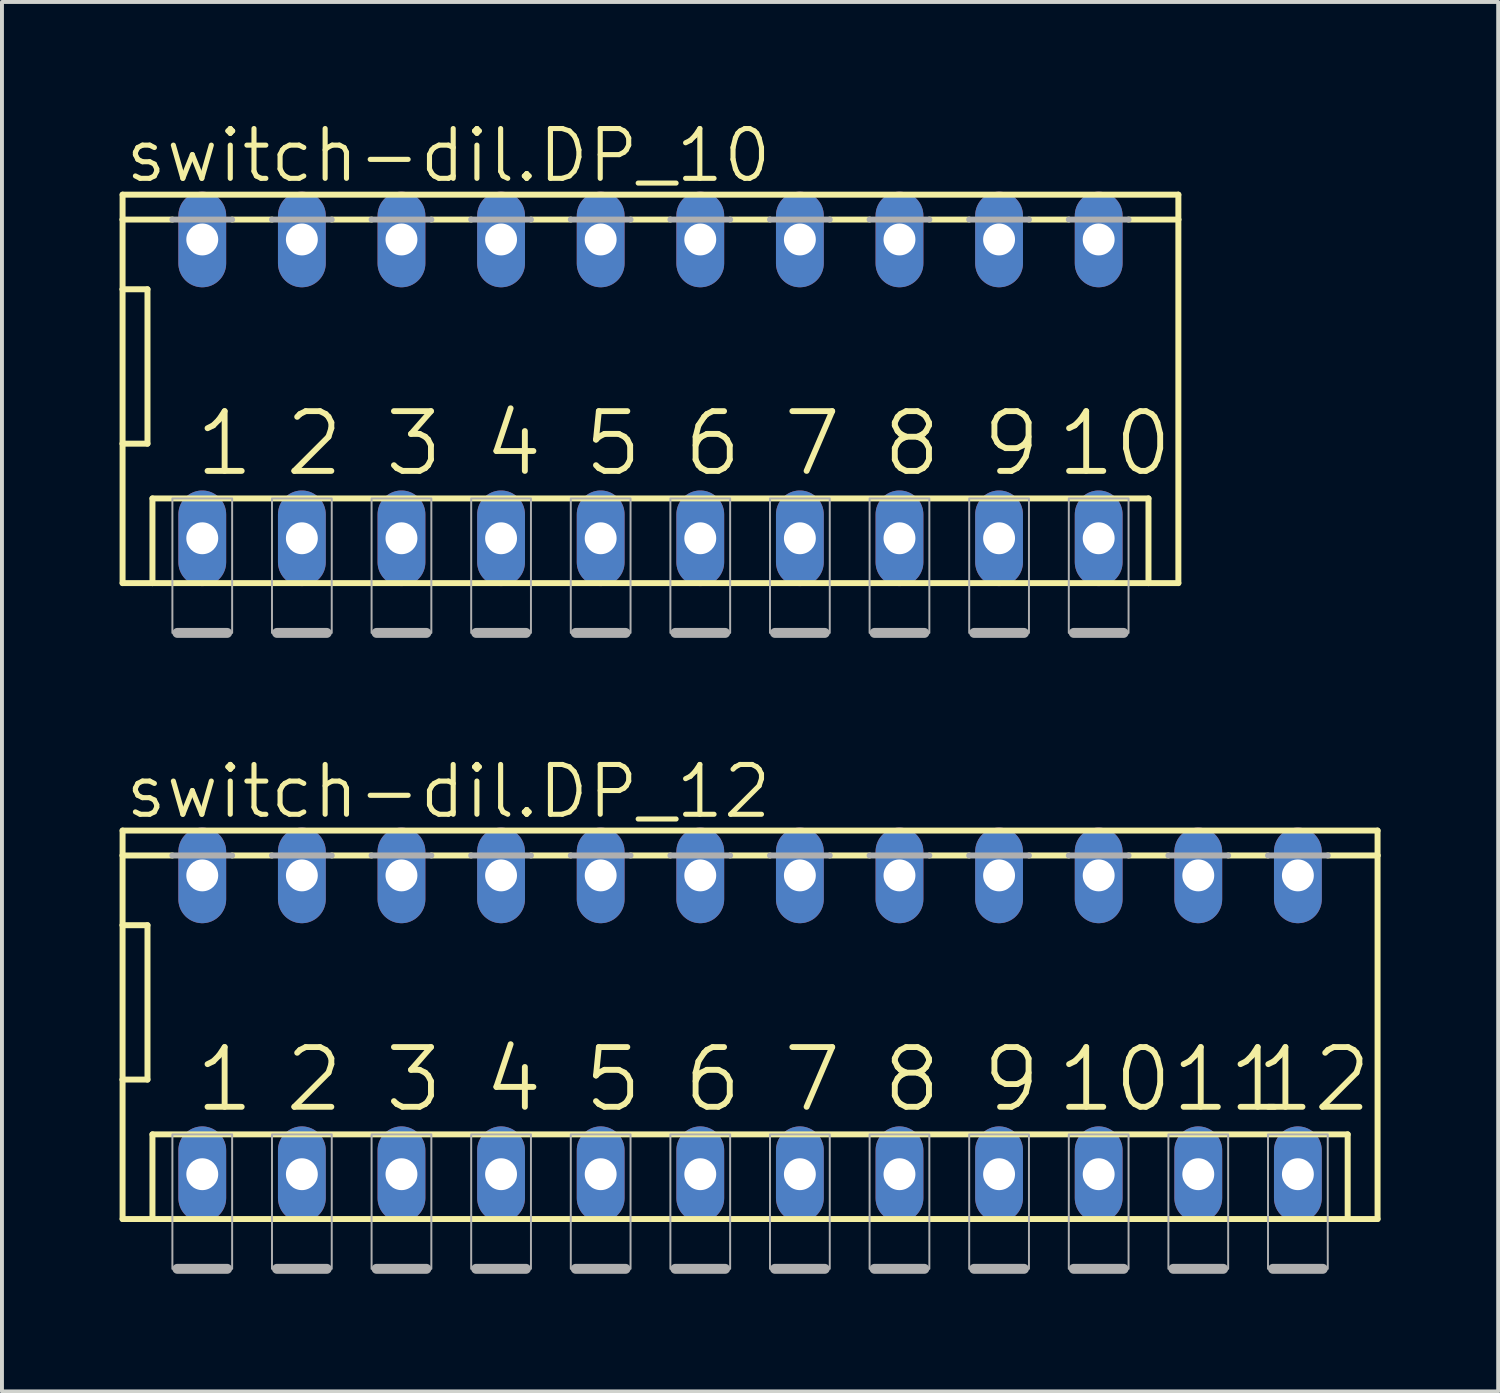
<source format=kicad_pcb>
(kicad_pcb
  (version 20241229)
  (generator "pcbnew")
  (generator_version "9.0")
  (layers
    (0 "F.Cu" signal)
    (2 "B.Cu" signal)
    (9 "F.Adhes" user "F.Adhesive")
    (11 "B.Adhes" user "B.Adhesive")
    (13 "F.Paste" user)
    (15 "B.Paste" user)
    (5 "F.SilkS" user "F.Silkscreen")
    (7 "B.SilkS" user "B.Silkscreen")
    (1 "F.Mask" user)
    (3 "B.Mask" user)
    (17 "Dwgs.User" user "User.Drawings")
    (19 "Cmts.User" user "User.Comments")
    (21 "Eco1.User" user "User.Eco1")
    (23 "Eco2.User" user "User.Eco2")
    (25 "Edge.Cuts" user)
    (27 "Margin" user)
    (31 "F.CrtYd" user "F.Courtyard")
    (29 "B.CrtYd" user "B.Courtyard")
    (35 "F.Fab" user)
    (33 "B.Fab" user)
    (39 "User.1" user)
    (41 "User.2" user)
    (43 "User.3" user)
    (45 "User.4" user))
  (footprint "switch-dil.DP_12"
    (layer "F.Cu")
    (at 16.078 23.084)
    (property "Reference" "switch-dil.DP_12" (at -16.002 -5.207 0) (layer "F.SilkS") (effects (font (size 1.27 1.27) (thickness 0.13)) (justify left bottom)))
    (attr through_hole)
    (fp_line (start -16.002 -4.953) (end -16.002 -4.318) (stroke (width 0.152) (type default)) (layer "F.SilkS"))
    (fp_line (start -16.002 -4.318) (end -16.002 -2.54) (stroke (width 0.152) (type default)) (layer "F.SilkS"))
    (fp_line (start -16.002 -2.54) (end -16.002 1.397) (stroke (width 0.152) (type default)) (layer "F.SilkS"))
    (fp_line (start -16.002 -2.54) (end -15.367 -2.54) (stroke (width 0.152) (type default)) (layer "F.SilkS"))
    (fp_line (start -16.002 1.397) (end -16.002 4.953) (stroke (width 0.152) (type default)) (layer "F.SilkS"))
    (fp_line (start -16.002 4.953) (end -15.24 4.953) (stroke (width 0.152) (type default)) (layer "F.SilkS"))
    (fp_line (start -15.367 1.397) (end -16.002 1.397) (stroke (width 0.152) (type default)) (layer "F.SilkS"))
    (fp_line (start -15.367 1.397) (end -15.367 -2.54) (stroke (width 0.152) (type default)) (layer "F.SilkS"))
    (fp_line (start -15.24 2.794) (end -15.24 4.953) (stroke (width 0.152) (type default)) (layer "F.SilkS"))
    (fp_line (start -15.24 2.794) (end 15.24 2.794) (stroke (width 0.152) (type default)) (layer "F.SilkS"))
    (fp_line (start -15.24 4.953) (end 15.24 4.953) (stroke (width 0.152) (type default)) (layer "F.SilkS"))
    (fp_line (start -14.732 -4.318) (end -16.002 -4.318) (stroke (width 0.152) (type default)) (layer "F.SilkS"))
    (fp_line (start -13.208 -4.318) (end -12.192 -4.318) (stroke (width 0.152) (type default)) (layer "F.SilkS"))
    (fp_line (start -10.668 -4.318) (end -9.652 -4.318) (stroke (width 0.152) (type default)) (layer "F.SilkS"))
    (fp_line (start -8.128 -4.318) (end -7.112 -4.318) (stroke (width 0.152) (type default)) (layer "F.SilkS"))
    (fp_line (start -5.588 -4.318) (end -4.572 -4.318) (stroke (width 0.152) (type default)) (layer "F.SilkS"))
    (fp_line (start -3.048 -4.318) (end -2.032 -4.318) (stroke (width 0.152) (type default)) (layer "F.SilkS"))
    (fp_line (start -0.508 -4.318) (end 0.508 -4.318) (stroke (width 0.152) (type default)) (layer "F.SilkS"))
    (fp_line (start 2.032 -4.318) (end 3.048 -4.318) (stroke (width 0.152) (type default)) (layer "F.SilkS"))
    (fp_line (start 4.572 -4.318) (end 5.588 -4.318) (stroke (width 0.152) (type default)) (layer "F.SilkS"))
    (fp_line (start 7.112 -4.318) (end 8.128 -4.318) (stroke (width 0.152) (type default)) (layer "F.SilkS"))
    (fp_line (start 9.652 -4.318) (end 10.668 -4.318) (stroke (width 0.152) (type default)) (layer "F.SilkS"))
    (fp_line (start 12.192 -4.318) (end 13.208 -4.318) (stroke (width 0.152) (type default)) (layer "F.SilkS"))
    (fp_line (start 14.732 -4.318) (end 16.002 -4.318) (stroke (width 0.152) (type default)) (layer "F.SilkS"))
    (fp_line (start 15.24 2.794) (end 15.24 4.953) (stroke (width 0.152) (type default)) (layer "F.SilkS"))
    (fp_line (start 15.24 4.953) (end 16.002 4.953) (stroke (width 0.152) (type default)) (layer "F.SilkS"))
    (fp_line (start 16.002 -4.953) (end -16.002 -4.953) (stroke (width 0.152) (type default)) (layer "F.SilkS"))
    (fp_line (start 16.002 -4.318) (end 16.002 -4.953) (stroke (width 0.152) (type default)) (layer "F.SilkS"))
    (fp_line (start 16.002 4.953) (end 16.002 -4.318) (stroke (width 0.152) (type default)) (layer "F.SilkS"))
    (fp_line (start -14.605 6.223) (end -13.335 6.223) (stroke (width 0.254) (type default)) (layer "F.Fab"))
    (fp_line (start -13.208 -4.318) (end -14.732 -4.318) (stroke (width 0.152) (type default)) (layer "F.Fab"))
    (fp_line (start -12.065 6.223) (end -10.795 6.223) (stroke (width 0.254) (type default)) (layer "F.Fab"))
    (fp_line (start -10.668 -4.318) (end -12.192 -4.318) (stroke (width 0.152) (type default)) (layer "F.Fab"))
    (fp_line (start -9.525 6.223) (end -8.255 6.223) (stroke (width 0.254) (type default)) (layer "F.Fab"))
    (fp_line (start -8.128 -4.318) (end -9.652 -4.318) (stroke (width 0.152) (type default)) (layer "F.Fab"))
    (fp_line (start -6.985 6.223) (end -5.715 6.223) (stroke (width 0.254) (type default)) (layer "F.Fab"))
    (fp_line (start -5.588 -4.318) (end -7.112 -4.318) (stroke (width 0.152) (type default)) (layer "F.Fab"))
    (fp_line (start -4.445 6.223) (end -3.175 6.223) (stroke (width 0.254) (type default)) (layer "F.Fab"))
    (fp_line (start -3.048 -4.318) (end -4.572 -4.318) (stroke (width 0.152) (type default)) (layer "F.Fab"))
    (fp_line (start -1.905 6.223) (end -0.635 6.223) (stroke (width 0.254) (type default)) (layer "F.Fab"))
    (fp_line (start -0.508 -4.318) (end -2.032 -4.318) (stroke (width 0.152) (type default)) (layer "F.Fab"))
    (fp_line (start 0.635 6.223) (end 1.905 6.223) (stroke (width 0.254) (type default)) (layer "F.Fab"))
    (fp_line (start 2.032 -4.318) (end 0.508 -4.318) (stroke (width 0.152) (type default)) (layer "F.Fab"))
    (fp_line (start 3.175 6.223) (end 4.445 6.223) (stroke (width 0.254) (type default)) (layer "F.Fab"))
    (fp_line (start 4.572 -4.318) (end 3.048 -4.318) (stroke (width 0.152) (type default)) (layer "F.Fab"))
    (fp_line (start 5.715 6.223) (end 6.985 6.223) (stroke (width 0.254) (type default)) (layer "F.Fab"))
    (fp_line (start 7.112 -4.318) (end 5.588 -4.318) (stroke (width 0.152) (type default)) (layer "F.Fab"))
    (fp_line (start 8.255 6.223) (end 9.525 6.223) (stroke (width 0.254) (type default)) (layer "F.Fab"))
    (fp_line (start 9.652 -4.318) (end 8.128 -4.318) (stroke (width 0.152) (type default)) (layer "F.Fab"))
    (fp_line (start 10.795 6.223) (end 12.065 6.223) (stroke (width 0.254) (type default)) (layer "F.Fab"))
    (fp_line (start 12.192 -4.318) (end 10.668 -4.318) (stroke (width 0.152) (type default)) (layer "F.Fab"))
    (fp_line (start 13.335 6.223) (end 14.605 6.223) (stroke (width 0.254) (type default)) (layer "F.Fab"))
    (fp_line (start 14.732 -4.318) (end 13.208 -4.318) (stroke (width 0.152) (type default)) (layer "F.Fab"))
    (fp_rect (start -14.732 6.223) (end -13.208 2.794) (stroke (width 0.05) (type default)) (fill no) (layer "F.Fab"))
    (fp_rect (start -12.192 6.223) (end -10.668 2.794) (stroke (width 0.05) (type default)) (fill no) (layer "F.Fab"))
    (fp_rect (start -9.652 6.223) (end -8.128 2.794) (stroke (width 0.05) (type default)) (fill no) (layer "F.Fab"))
    (fp_rect (start -7.112 6.223) (end -5.588 2.794) (stroke (width 0.05) (type default)) (fill no) (layer "F.Fab"))
    (fp_rect (start -4.572 6.223) (end -3.048 2.794) (stroke (width 0.05) (type default)) (fill no) (layer "F.Fab"))
    (fp_rect (start -2.032 6.223) (end -0.508 2.794) (stroke (width 0.05) (type default)) (fill no) (layer "F.Fab"))
    (fp_rect (start 0.508 6.223) (end 2.032 2.794) (stroke (width 0.05) (type default)) (fill no) (layer "F.Fab"))
    (fp_rect (start 3.048 6.223) (end 4.572 2.794) (stroke (width 0.05) (type default)) (fill no) (layer "F.Fab"))
    (fp_rect (start 5.588 6.223) (end 7.112 2.794) (stroke (width 0.05) (type default)) (fill no) (layer "F.Fab"))
    (fp_rect (start 8.128 6.223) (end 9.652 2.794) (stroke (width 0.05) (type default)) (fill no) (layer "F.Fab"))
    (fp_rect (start 10.668 6.223) (end 12.192 2.794) (stroke (width 0.05) (type default)) (fill no) (layer "F.Fab"))
    (fp_rect (start 13.208 6.223) (end 14.732 2.794) (stroke (width 0.05) (type default)) (fill no) (layer "F.Fab"))
    (fp_text user "4" (at -6.858 2.286 0) (layer "F.SilkS") (effects (font (size 1.524 1.524) (thickness 0.15)) (justify left bottom)))
    (fp_text user "12" (at 12.827 2.286 0) (layer "F.SilkS") (effects (font (size 1.524 1.524) (thickness 0.15)) (justify left bottom)))
    (fp_text user "10" (at 7.747 2.286 0) (layer "F.SilkS") (effects (font (size 1.524 1.524) (thickness 0.15)) (justify left bottom)))
    (fp_text user "5" (at -4.318 2.286 0) (layer "F.SilkS") (effects (font (size 1.524 1.524) (thickness 0.15)) (justify left bottom)))
    (fp_text user "6" (at -1.778 2.286 0) (layer "F.SilkS") (effects (font (size 1.524 1.524) (thickness 0.15)) (justify left bottom)))
    (fp_text user "9" (at 5.842 2.286 0) (layer "F.SilkS") (effects (font (size 1.524 1.524) (thickness 0.15)) (justify left bottom)))
    (fp_text user "1" (at -14.224 2.286 0) (layer "F.SilkS") (effects (font (size 1.524 1.524) (thickness 0.15)) (justify left bottom)))
    (fp_text user "3" (at -9.398 2.286 0) (layer "F.SilkS") (effects (font (size 1.524 1.524) (thickness 0.15)) (justify left bottom)))
    (fp_text user "8" (at 3.302 2.286 0) (layer "F.SilkS") (effects (font (size 1.524 1.524) (thickness 0.15)) (justify left bottom)))
    (fp_text user "2" (at -11.938 2.286 0) (layer "F.SilkS") (effects (font (size 1.524 1.524) (thickness 0.15)) (justify left bottom)))
    (fp_text user "11" (at 10.668 2.286 0) (layer "F.SilkS") (effects (font (size 1.524 1.524) (thickness 0.15)) (justify left bottom)))
    (fp_text user "7" (at 0.762 2.286 0) (layer "F.SilkS") (effects (font (size 1.524 1.524) (thickness 0.15)) (justify left bottom)))
    (pad "1" thru_hole oval (at -13.97 3.81 90) (size 2.438 1.219) (drill 0.813) (layers "*.Cu" "*.Mask"))
    (pad "2" thru_hole oval (at -11.43 3.81 90) (size 2.438 1.219) (drill 0.813) (layers "*.Cu" "*.Mask"))
    (pad "3" thru_hole oval (at -8.89 3.81 90) (size 2.438 1.219) (drill 0.813) (layers "*.Cu" "*.Mask"))
    (pad "4" thru_hole oval (at -6.35 3.81 90) (size 2.438 1.219) (drill 0.813) (layers "*.Cu" "*.Mask"))
    (pad "5" thru_hole oval (at -3.81 3.81 90) (size 2.438 1.219) (drill 0.813) (layers "*.Cu" "*.Mask"))
    (pad "6" thru_hole oval (at -1.27 3.81 90) (size 2.438 1.219) (drill 0.813) (layers "*.Cu" "*.Mask"))
    (pad "7" thru_hole oval (at 1.27 3.81 90) (size 2.438 1.219) (drill 0.813) (layers "*.Cu" "*.Mask"))
    (pad "8" thru_hole oval (at 3.81 3.81 90) (size 2.438 1.219) (drill 0.813) (layers "*.Cu" "*.Mask"))
    (pad "9" thru_hole oval (at 6.35 3.81 90) (size 2.438 1.219) (drill 0.813) (layers "*.Cu" "*.Mask"))
    (pad "10" thru_hole oval (at 8.89 3.81 90) (size 2.438 1.219) (drill 0.813) (layers "*.Cu" "*.Mask"))
    (pad "11" thru_hole oval (at 11.43 3.81 90) (size 2.438 1.219) (drill 0.813) (layers "*.Cu" "*.Mask"))
    (pad "12" thru_hole oval (at 13.97 3.81 90) (size 2.438 1.219) (drill 0.813) (layers "*.Cu" "*.Mask"))
    (pad "13" thru_hole oval (at 13.97 -3.81 90) (size 2.438 1.219) (drill 0.813) (layers "*.Cu" "*.Mask"))
    (pad "14" thru_hole oval (at 11.43 -3.81 90) (size 2.438 1.219) (drill 0.813) (layers "*.Cu" "*.Mask"))
    (pad "15" thru_hole oval (at 8.89 -3.81 90) (size 2.438 1.219) (drill 0.813) (layers "*.Cu" "*.Mask"))
    (pad "16" thru_hole oval (at 6.35 -3.81 90) (size 2.438 1.219) (drill 0.813) (layers "*.Cu" "*.Mask"))
    (pad "17" thru_hole oval (at 3.81 -3.81 90) (size 2.438 1.219) (drill 0.813) (layers "*.Cu" "*.Mask"))
    (pad "18" thru_hole oval (at 1.27 -3.81 90) (size 2.438 1.219) (drill 0.813) (layers "*.Cu" "*.Mask"))
    (pad "19" thru_hole oval (at -1.27 -3.81 90) (size 2.438 1.219) (drill 0.813) (layers "*.Cu" "*.Mask"))
    (pad "20" thru_hole oval (at -3.81 -3.81 90) (size 2.438 1.219) (drill 0.813) (layers "*.Cu" "*.Mask"))
    (pad "21" thru_hole oval (at -6.35 -3.81 90) (size 2.438 1.219) (drill 0.813) (layers "*.Cu" "*.Mask"))
    (pad "22" thru_hole oval (at -8.89 -3.81 90) (size 2.438 1.219) (drill 0.813) (layers "*.Cu" "*.Mask"))
    (pad "23" thru_hole oval (at -11.43 -3.81 90) (size 2.438 1.219) (drill 0.813) (layers "*.Cu" "*.Mask"))
    (pad "24" thru_hole oval (at -13.97 -3.81 90) (size 2.438 1.219) (drill 0.813) (layers "*.Cu" "*.Mask")))
  (footprint "switch-dil.DP_10"
    (layer "F.Cu")
    (at 13.538 6.867)
    (property "Reference" "switch-dil.DP_10" (at -13.462 -5.207 0) (layer "F.SilkS") (effects (font (size 1.27 1.27) (thickness 0.13)) (justify left bottom)))
    (attr through_hole)
    (fp_line (start -13.462 -4.953) (end -13.462 -4.318) (stroke (width 0.152) (type default)) (layer "F.SilkS"))
    (fp_line (start -13.462 -4.318) (end -13.462 -2.54) (stroke (width 0.152) (type default)) (layer "F.SilkS"))
    (fp_line (start -13.462 -2.54) (end -13.462 1.397) (stroke (width 0.152) (type default)) (layer "F.SilkS"))
    (fp_line (start -13.462 -2.54) (end -12.827 -2.54) (stroke (width 0.152) (type default)) (layer "F.SilkS"))
    (fp_line (start -13.462 1.397) (end -13.462 4.953) (stroke (width 0.152) (type default)) (layer "F.SilkS"))
    (fp_line (start -13.462 4.953) (end -12.7 4.953) (stroke (width 0.152) (type default)) (layer "F.SilkS"))
    (fp_line (start -12.827 1.397) (end -13.462 1.397) (stroke (width 0.152) (type default)) (layer "F.SilkS"))
    (fp_line (start -12.827 1.397) (end -12.827 -2.54) (stroke (width 0.152) (type default)) (layer "F.SilkS"))
    (fp_line (start -12.7 2.794) (end -12.7 4.953) (stroke (width 0.152) (type default)) (layer "F.SilkS"))
    (fp_line (start -12.7 2.794) (end 12.7 2.794) (stroke (width 0.152) (type default)) (layer "F.SilkS"))
    (fp_line (start -12.7 4.953) (end 12.7 4.953) (stroke (width 0.152) (type default)) (layer "F.SilkS"))
    (fp_line (start -12.192 -4.318) (end -13.462 -4.318) (stroke (width 0.152) (type default)) (layer "F.SilkS"))
    (fp_line (start -10.668 -4.318) (end -9.652 -4.318) (stroke (width 0.152) (type default)) (layer "F.SilkS"))
    (fp_line (start -8.128 -4.318) (end -7.112 -4.318) (stroke (width 0.152) (type default)) (layer "F.SilkS"))
    (fp_line (start -5.588 -4.318) (end -4.572 -4.318) (stroke (width 0.152) (type default)) (layer "F.SilkS"))
    (fp_line (start -3.048 -4.318) (end -2.032 -4.318) (stroke (width 0.152) (type default)) (layer "F.SilkS"))
    (fp_line (start -0.508 -4.318) (end 0.508 -4.318) (stroke (width 0.152) (type default)) (layer "F.SilkS"))
    (fp_line (start 2.032 -4.318) (end 3.048 -4.318) (stroke (width 0.152) (type default)) (layer "F.SilkS"))
    (fp_line (start 4.572 -4.318) (end 5.588 -4.318) (stroke (width 0.152) (type default)) (layer "F.SilkS"))
    (fp_line (start 7.112 -4.318) (end 8.128 -4.318) (stroke (width 0.152) (type default)) (layer "F.SilkS"))
    (fp_line (start 9.652 -4.318) (end 10.668 -4.318) (stroke (width 0.152) (type default)) (layer "F.SilkS"))
    (fp_line (start 12.192 -4.318) (end 13.462 -4.318) (stroke (width 0.152) (type default)) (layer "F.SilkS"))
    (fp_line (start 12.7 2.794) (end 12.7 4.953) (stroke (width 0.152) (type default)) (layer "F.SilkS"))
    (fp_line (start 12.7 4.953) (end 13.462 4.953) (stroke (width 0.152) (type default)) (layer "F.SilkS"))
    (fp_line (start 13.462 -4.953) (end -13.462 -4.953) (stroke (width 0.152) (type default)) (layer "F.SilkS"))
    (fp_line (start 13.462 -4.318) (end 13.462 -4.953) (stroke (width 0.152) (type default)) (layer "F.SilkS"))
    (fp_line (start 13.462 4.953) (end 13.462 -4.318) (stroke (width 0.152) (type default)) (layer "F.SilkS"))
    (fp_line (start -12.065 6.223) (end -10.795 6.223) (stroke (width 0.254) (type default)) (layer "F.Fab"))
    (fp_line (start -10.668 -4.318) (end -12.192 -4.318) (stroke (width 0.152) (type default)) (layer "F.Fab"))
    (fp_line (start -9.525 6.223) (end -8.255 6.223) (stroke (width 0.254) (type default)) (layer "F.Fab"))
    (fp_line (start -8.128 -4.318) (end -9.652 -4.318) (stroke (width 0.152) (type default)) (layer "F.Fab"))
    (fp_line (start -6.985 6.223) (end -5.715 6.223) (stroke (width 0.254) (type default)) (layer "F.Fab"))
    (fp_line (start -5.588 -4.318) (end -7.112 -4.318) (stroke (width 0.152) (type default)) (layer "F.Fab"))
    (fp_line (start -4.445 6.223) (end -3.175 6.223) (stroke (width 0.254) (type default)) (layer "F.Fab"))
    (fp_line (start -3.048 -4.318) (end -4.572 -4.318) (stroke (width 0.152) (type default)) (layer "F.Fab"))
    (fp_line (start -1.905 6.223) (end -0.635 6.223) (stroke (width 0.254) (type default)) (layer "F.Fab"))
    (fp_line (start -0.508 -4.318) (end -2.032 -4.318) (stroke (width 0.152) (type default)) (layer "F.Fab"))
    (fp_line (start 0.635 6.223) (end 1.905 6.223) (stroke (width 0.254) (type default)) (layer "F.Fab"))
    (fp_line (start 2.032 -4.318) (end 0.508 -4.318) (stroke (width 0.152) (type default)) (layer "F.Fab"))
    (fp_line (start 3.175 6.223) (end 4.445 6.223) (stroke (width 0.254) (type default)) (layer "F.Fab"))
    (fp_line (start 4.572 -4.318) (end 3.048 -4.318) (stroke (width 0.152) (type default)) (layer "F.Fab"))
    (fp_line (start 5.715 6.223) (end 6.985 6.223) (stroke (width 0.254) (type default)) (layer "F.Fab"))
    (fp_line (start 7.112 -4.318) (end 5.588 -4.318) (stroke (width 0.152) (type default)) (layer "F.Fab"))
    (fp_line (start 8.255 6.223) (end 9.525 6.223) (stroke (width 0.254) (type default)) (layer "F.Fab"))
    (fp_line (start 9.652 -4.318) (end 8.128 -4.318) (stroke (width 0.152) (type default)) (layer "F.Fab"))
    (fp_line (start 10.795 6.223) (end 12.065 6.223) (stroke (width 0.254) (type default)) (layer "F.Fab"))
    (fp_line (start 12.192 -4.318) (end 10.668 -4.318) (stroke (width 0.152) (type default)) (layer "F.Fab"))
    (fp_rect (start -12.192 6.223) (end -10.668 2.794) (stroke (width 0.05) (type default)) (fill no) (layer "F.Fab"))
    (fp_rect (start -9.652 6.223) (end -8.128 2.794) (stroke (width 0.05) (type default)) (fill no) (layer "F.Fab"))
    (fp_rect (start -7.112 6.223) (end -5.588 2.794) (stroke (width 0.05) (type default)) (fill no) (layer "F.Fab"))
    (fp_rect (start -4.572 6.223) (end -3.048 2.794) (stroke (width 0.05) (type default)) (fill no) (layer "F.Fab"))
    (fp_rect (start -2.032 6.223) (end -0.508 2.794) (stroke (width 0.05) (type default)) (fill no) (layer "F.Fab"))
    (fp_rect (start 0.508 6.223) (end 2.032 2.794) (stroke (width 0.05) (type default)) (fill no) (layer "F.Fab"))
    (fp_rect (start 3.048 6.223) (end 4.572 2.794) (stroke (width 0.05) (type default)) (fill no) (layer "F.Fab"))
    (fp_rect (start 5.588 6.223) (end 7.112 2.794) (stroke (width 0.05) (type default)) (fill no) (layer "F.Fab"))
    (fp_rect (start 8.128 6.223) (end 9.652 2.794) (stroke (width 0.05) (type default)) (fill no) (layer "F.Fab"))
    (fp_rect (start 10.668 6.223) (end 12.192 2.794) (stroke (width 0.05) (type default)) (fill no) (layer "F.Fab"))
    (fp_text user "2" (at -9.398 2.286 0) (layer "F.SilkS") (effects (font (size 1.524 1.524) (thickness 0.15)) (justify left bottom)))
    (fp_text user "6" (at 0.762 2.286 0) (layer "F.SilkS") (effects (font (size 1.524 1.524) (thickness 0.15)) (justify left bottom)))
    (fp_text user "5" (at -1.778 2.286 0) (layer "F.SilkS") (effects (font (size 1.524 1.524) (thickness 0.15)) (justify left bottom)))
    (fp_text user "9" (at 8.382 2.286 0) (layer "F.SilkS") (effects (font (size 1.524 1.524) (thickness 0.15)) (justify left bottom)))
    (fp_text user "7" (at 3.302 2.286 0) (layer "F.SilkS") (effects (font (size 1.524 1.524) (thickness 0.15)) (justify left bottom)))
    (fp_text user "1" (at -11.684 2.286 0) (layer "F.SilkS") (effects (font (size 1.524 1.524) (thickness 0.15)) (justify left bottom)))
    (fp_text user "8" (at 5.842 2.286 0) (layer "F.SilkS") (effects (font (size 1.524 1.524) (thickness 0.15)) (justify left bottom)))
    (fp_text user "10" (at 10.287 2.286 0) (layer "F.SilkS") (effects (font (size 1.524 1.524) (thickness 0.15)) (justify left bottom)))
    (fp_text user "4" (at -4.318 2.286 0) (layer "F.SilkS") (effects (font (size 1.524 1.524) (thickness 0.15)) (justify left bottom)))
    (fp_text user "3" (at -6.858 2.286 0) (layer "F.SilkS") (effects (font (size 1.524 1.524) (thickness 0.15)) (justify left bottom)))
    (pad "1" thru_hole oval (at -11.43 3.81 90) (size 2.438 1.219) (drill 0.813) (layers "*.Cu" "*.Mask"))
    (pad "2" thru_hole oval (at -8.89 3.81 90) (size 2.438 1.219) (drill 0.813) (layers "*.Cu" "*.Mask"))
    (pad "3" thru_hole oval (at -6.35 3.81 90) (size 2.438 1.219) (drill 0.813) (layers "*.Cu" "*.Mask"))
    (pad "4" thru_hole oval (at -3.81 3.81 90) (size 2.438 1.219) (drill 0.813) (layers "*.Cu" "*.Mask"))
    (pad "5" thru_hole oval (at -1.27 3.81 90) (size 2.438 1.219) (drill 0.813) (layers "*.Cu" "*.Mask"))
    (pad "6" thru_hole oval (at 1.27 3.81 90) (size 2.438 1.219) (drill 0.813) (layers "*.Cu" "*.Mask"))
    (pad "7" thru_hole oval (at 3.81 3.81 90) (size 2.438 1.219) (drill 0.813) (layers "*.Cu" "*.Mask"))
    (pad "8" thru_hole oval (at 6.35 3.81 90) (size 2.438 1.219) (drill 0.813) (layers "*.Cu" "*.Mask"))
    (pad "9" thru_hole oval (at 8.89 3.81 90) (size 2.438 1.219) (drill 0.813) (layers "*.Cu" "*.Mask"))
    (pad "10" thru_hole oval (at 11.43 3.81 90) (size 2.438 1.219) (drill 0.813) (layers "*.Cu" "*.Mask"))
    (pad "11" thru_hole oval (at 11.43 -3.81 90) (size 2.438 1.219) (drill 0.813) (layers "*.Cu" "*.Mask"))
    (pad "12" thru_hole oval (at 8.89 -3.81 90) (size 2.438 1.219) (drill 0.813) (layers "*.Cu" "*.Mask"))
    (pad "13" thru_hole oval (at 6.35 -3.81 90) (size 2.438 1.219) (drill 0.813) (layers "*.Cu" "*.Mask"))
    (pad "14" thru_hole oval (at 3.81 -3.81 90) (size 2.438 1.219) (drill 0.813) (layers "*.Cu" "*.Mask"))
    (pad "15" thru_hole oval (at 1.27 -3.81 90) (size 2.438 1.219) (drill 0.813) (layers "*.Cu" "*.Mask"))
    (pad "16" thru_hole oval (at -1.27 -3.81 90) (size 2.438 1.219) (drill 0.813) (layers "*.Cu" "*.Mask"))
    (pad "17" thru_hole oval (at -3.81 -3.81 90) (size 2.438 1.219) (drill 0.813) (layers "*.Cu" "*.Mask"))
    (pad "18" thru_hole oval (at -6.35 -3.81 90) (size 2.438 1.219) (drill 0.813) (layers "*.Cu" "*.Mask"))
    (pad "19" thru_hole oval (at -8.89 -3.81 90) (size 2.438 1.219) (drill 0.813) (layers "*.Cu" "*.Mask"))
    (pad "20" thru_hole oval (at -11.43 -3.81 90) (size 2.438 1.219) (drill 0.813) (layers "*.Cu" "*.Mask")))
  (gr_rect
    (start -3 -3)
    (end 35.156 32.434)
    (stroke (width 0.1) (type default))
    (fill no)
    (layer "Edge.Cuts")))
</source>
